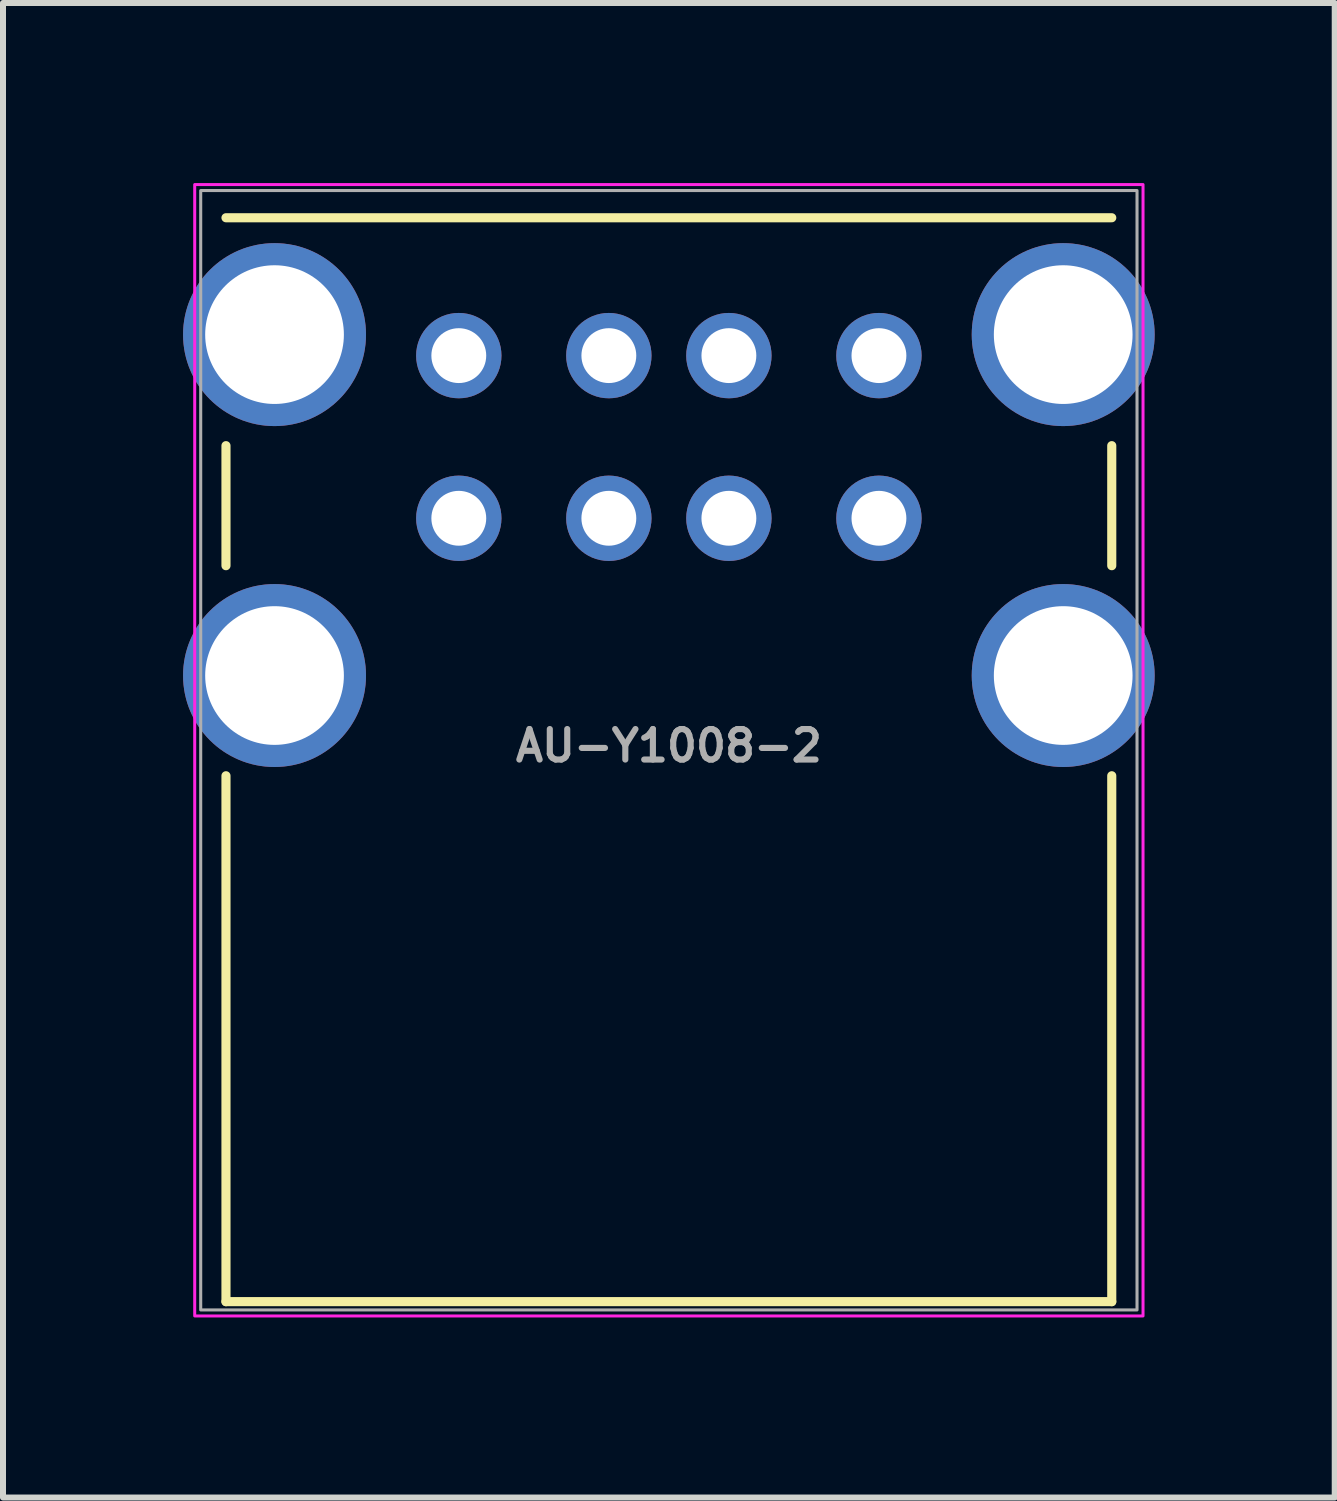
<source format=kicad_pcb>
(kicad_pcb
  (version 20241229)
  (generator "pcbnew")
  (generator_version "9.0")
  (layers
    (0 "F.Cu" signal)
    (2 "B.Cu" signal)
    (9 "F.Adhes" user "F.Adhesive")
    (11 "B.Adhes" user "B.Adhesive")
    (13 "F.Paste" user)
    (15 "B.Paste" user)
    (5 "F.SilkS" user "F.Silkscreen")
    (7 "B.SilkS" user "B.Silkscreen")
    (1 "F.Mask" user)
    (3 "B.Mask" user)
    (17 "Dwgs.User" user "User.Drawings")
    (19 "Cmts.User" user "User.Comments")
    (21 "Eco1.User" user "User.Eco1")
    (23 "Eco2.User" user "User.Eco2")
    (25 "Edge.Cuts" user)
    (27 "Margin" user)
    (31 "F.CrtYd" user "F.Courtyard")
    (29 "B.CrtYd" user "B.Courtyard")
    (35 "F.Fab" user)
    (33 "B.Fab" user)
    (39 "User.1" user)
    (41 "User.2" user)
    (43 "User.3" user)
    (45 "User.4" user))
  (footprint "AU-Y1008-2"
    (layer "F.Cu")
    (at 4.594 2.875)
    (property "Reference" "AU-Y1008-2" (at 3.5 6.5 0) (layer "F.Fab") (effects (font (size 0.508 0.508) (thickness 0.102))))
    (attr through_hole)
    (fp_line (start -3.879 1.5) (end -3.879 3.5) (stroke (width 0.152) (type solid)) (layer "F.SilkS"))
    (fp_line (start -3.879 7) (end -3.879 15.762) (stroke (width 0.152) (type solid)) (layer "F.SilkS"))
    (fp_line (start -3.879 15.762) (end 10.879 15.762) (stroke (width 0.152) (type solid)) (layer "F.SilkS"))
    (fp_line (start 3.627 -2.297) (end 3.373 -2.297) (stroke (width 0.12) (type solid)) (layer "F.SilkS"))
    (fp_line (start 10.879 -2.297) (end -3.879 -2.297) (stroke (width 0.152) (type solid)) (layer "F.SilkS"))
    (fp_line (start 10.879 3.5) (end 10.879 1.5) (stroke (width 0.152) (type solid)) (layer "F.SilkS"))
    (fp_line (start 10.879 15.762) (end 10.879 7) (stroke (width 0.152) (type solid)) (layer "F.SilkS"))
    (fp_rect (start -4.4 -2.85) (end 11.4 16) (stroke (width 0.05) (type solid)) (fill no) (layer "F.CrtYd"))
    (fp_rect (start -4.3 -2.75) (end 11.3 15.9) (stroke (width 0.051) (type solid)) (fill no) (layer "F.Fab"))
    (pad "1" thru_hole circle (at 0 0.000001) (size 1.422 1.422) (drill 0.914) (layers "*.Cu" "*.Mask"))
    (pad "2" thru_hole circle (at 2.5 0.000001) (size 1.422 1.422) (drill 0.914) (layers "*.Cu" "*.Mask"))
    (pad "3" thru_hole circle (at 4.5 0.000001) (size 1.422 1.422) (drill 0.914) (layers "*.Cu" "*.Mask"))
    (pad "4" thru_hole circle (at 7 0.000001) (size 1.422 1.422) (drill 0.914) (layers "*.Cu" "*.Mask"))
    (pad "5" thru_hole circle (at 0 2.71) (size 1.422 1.422) (drill 0.914) (layers "*.Cu" "*.Mask"))
    (pad "6" thru_hole circle (at 2.5 2.71) (size 1.422 1.422) (drill 0.914) (layers "*.Cu" "*.Mask"))
    (pad "7" thru_hole circle (at 4.5 2.71) (size 1.422 1.422) (drill 0.914) (layers "*.Cu" "*.Mask"))
    (pad "8" thru_hole circle (at 7 2.71) (size 1.422 1.422) (drill 0.914) (layers "*.Cu" "*.Mask"))
    (pad "9" thru_hole circle (at -3.07 -0.35) (size 3.048 3.048) (drill 2.311) (layers "*.Cu" "*.Mask"))
    (pad "9" thru_hole circle (at -3.07 5.33) (size 3.048 3.048) (drill 2.311) (layers "*.Cu" "*.Mask"))
    (pad "9" thru_hole circle (at 10.07 -0.35) (size 3.048 3.048) (drill 2.311) (layers "*.Cu" "*.Mask"))
    (pad "9" thru_hole circle (at 10.07 5.33) (size 3.048 3.048) (drill 2.311) (layers "*.Cu" "*.Mask")))
  (gr_rect
    (start -3 -3)
    (end 19.188 21.9)
    (stroke (width 0.1) (type default))
    (fill no)
    (layer "Edge.Cuts")))
</source>
